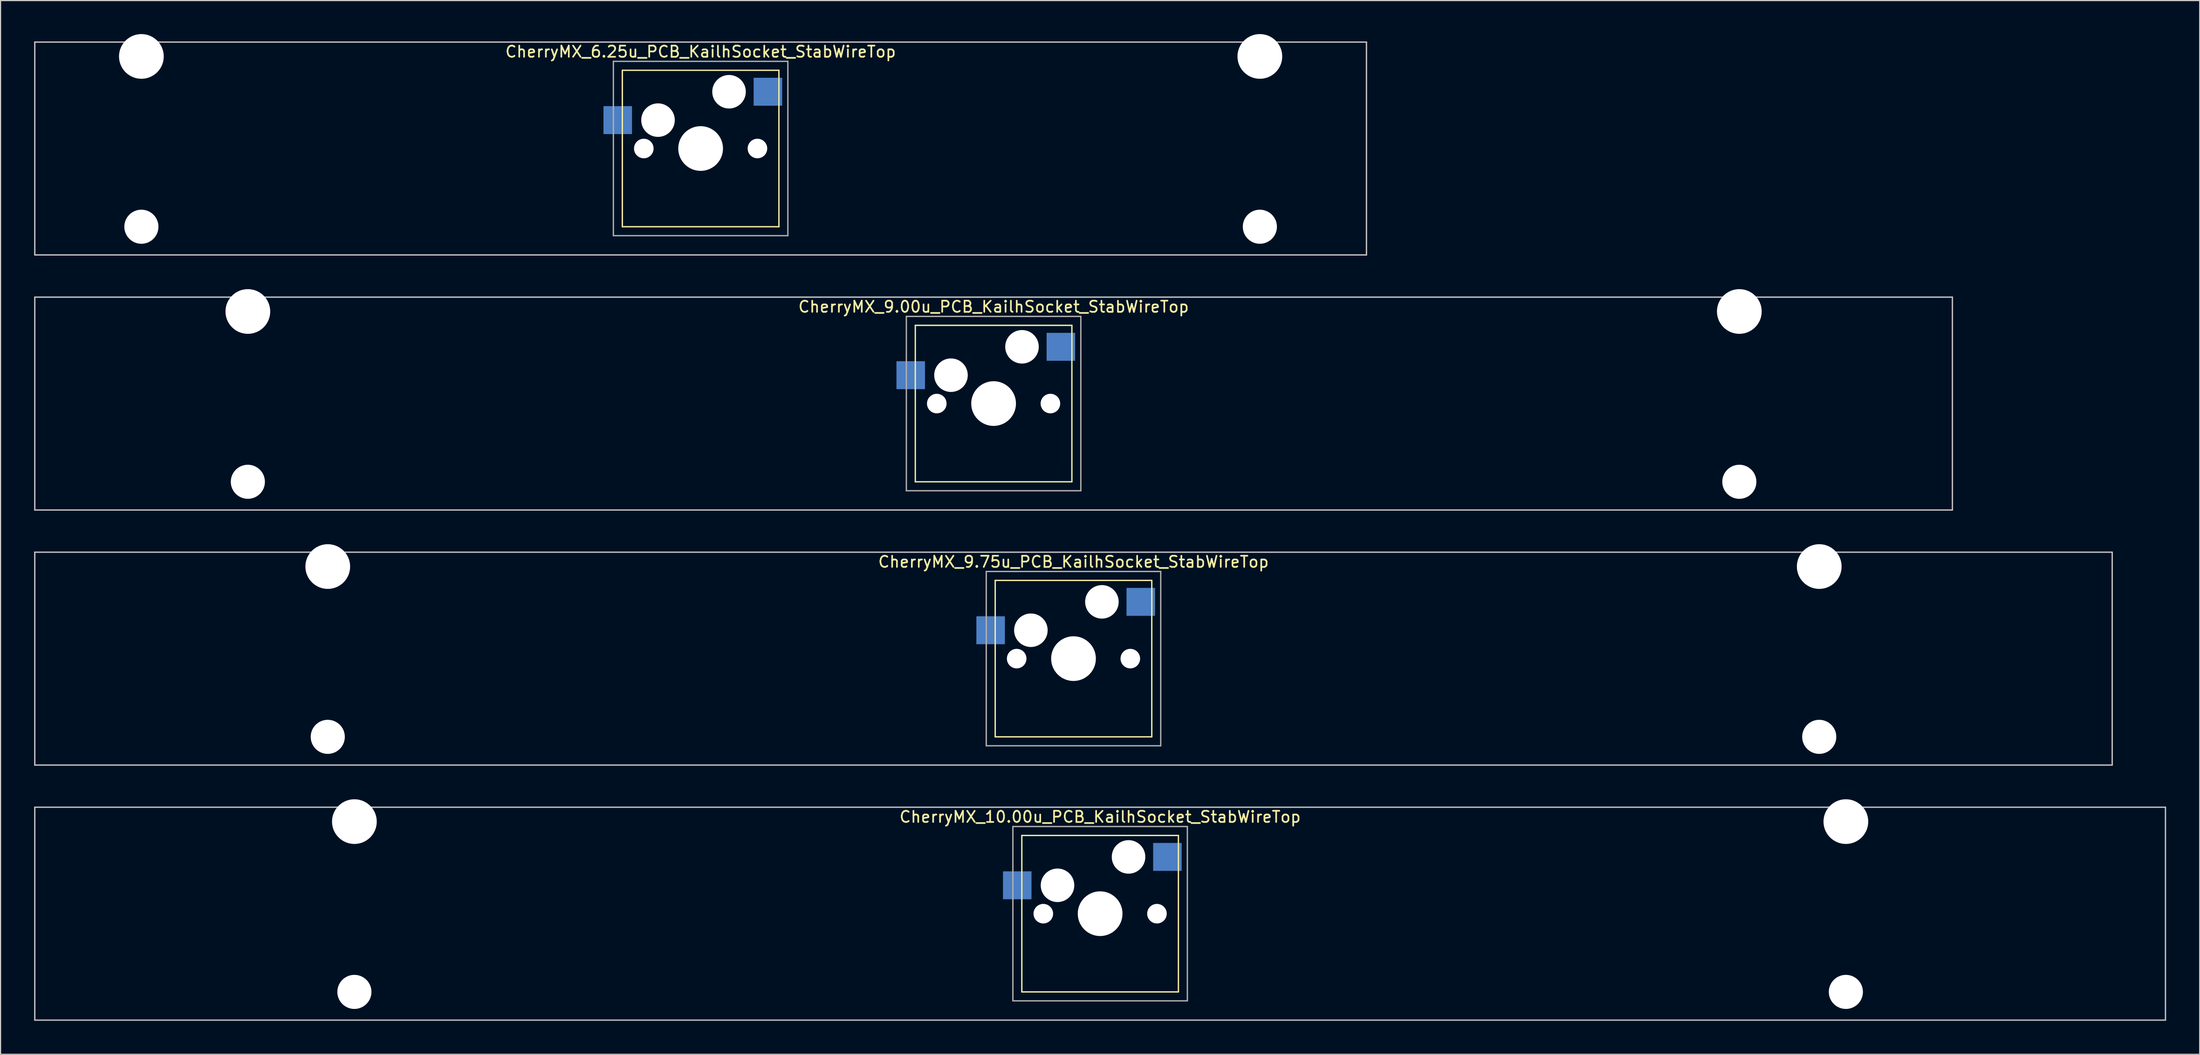
<source format=kicad_pcb>
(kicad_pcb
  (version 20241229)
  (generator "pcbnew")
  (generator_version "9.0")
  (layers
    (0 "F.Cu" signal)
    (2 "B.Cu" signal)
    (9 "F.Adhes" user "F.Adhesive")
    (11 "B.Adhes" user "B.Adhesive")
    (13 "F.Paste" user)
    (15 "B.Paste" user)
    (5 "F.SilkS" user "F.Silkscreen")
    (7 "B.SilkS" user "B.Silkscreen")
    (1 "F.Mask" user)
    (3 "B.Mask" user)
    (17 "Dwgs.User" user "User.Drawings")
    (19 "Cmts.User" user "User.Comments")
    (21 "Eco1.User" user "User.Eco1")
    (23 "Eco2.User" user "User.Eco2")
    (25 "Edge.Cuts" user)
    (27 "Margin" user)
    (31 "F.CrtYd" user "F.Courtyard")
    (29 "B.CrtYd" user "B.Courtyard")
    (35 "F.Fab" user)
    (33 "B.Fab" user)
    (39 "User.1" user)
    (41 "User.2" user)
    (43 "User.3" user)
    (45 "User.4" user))
  (footprint "CherryMX_10.00u_PCB_KailhSocket_StabWireTop"
    (layer "F.Cu")
    (at 95.31 78.715)
    (property "Reference" "CherryMX_10.00u_PCB_KailhSocket_StabWireTop" (at 0 -8.662 0) (layer "F.SilkS") (effects (font (size 1 1) (thickness 0.15))))
    (attr through_hole)
    (fp_line (start -7 -7) (end -7 7) (stroke (width 0.12) (type solid)) (layer "F.SilkS"))
    (fp_line (start -7 -7) (end 7 -7) (stroke (width 0.12) (type solid)) (layer "F.SilkS"))
    (fp_line (start 7 -7) (end 7 7) (stroke (width 0.12) (type solid)) (layer "F.SilkS"))
    (fp_line (start 7 7) (end -7 7) (stroke (width 0.12) (type solid)) (layer "F.SilkS"))
    (fp_line (start -95.25 -9.525) (end 95.25 -9.525) (stroke (width 0.12) (type solid)) (layer "Dwgs.User"))
    (fp_line (start -95.25 9.525) (end -95.25 -9.525) (stroke (width 0.12) (type solid)) (layer "Dwgs.User"))
    (fp_line (start 95.25 -9.525) (end 95.25 9.525) (stroke (width 0.12) (type solid)) (layer "Dwgs.User"))
    (fp_line (start 95.25 9.525) (end -95.25 9.525) (stroke (width 0.12) (type solid)) (layer "Dwgs.User"))
    (fp_line (start -7.8 -7.8) (end -7.8 7.8) (stroke (width 0.12) (type solid)) (layer "F.Fab"))
    (fp_line (start -7.8 -7.8) (end 7.8 -7.8) (stroke (width 0.12) (type solid)) (layer "F.Fab"))
    (fp_line (start -7.8 7.8) (end 7.8 7.8) (stroke (width 0.12) (type solid)) (layer "F.Fab"))
    (fp_line (start 7.8 -7.8) (end 7.8 7.8) (stroke (width 0.12) (type solid)) (layer "F.Fab"))
    (pad "" np_thru_hole circle (at -66.675 -8.24) (size 4 4) (drill 4) (layers "*.Cu" "*.Mask"))
    (pad "" np_thru_hole circle (at -66.675 7) (size 3.05 3.05) (drill 3.05) (layers "*.Cu" "*.Mask"))
    (pad "" np_thru_hole circle (at -5.08 0) (size 1.75 1.75) (drill 1.75) (layers "*.Cu" "*.Mask"))
    (pad "" np_thru_hole circle (at -3.81 -2.54) (size 3 3) (drill 3) (layers "*.Cu" "*.Mask"))
    (pad "" np_thru_hole circle (at 0 0) (size 4 4) (drill 4) (layers "*.Cu" "*.Mask"))
    (pad "" np_thru_hole circle (at 2.54 -5.08) (size 3 3) (drill 3) (layers "*.Cu" "*.Mask"))
    (pad "" np_thru_hole circle (at 5.08 0) (size 1.75 1.75) (drill 1.75) (layers "*.Cu" "*.Mask"))
    (pad "" np_thru_hole circle (at 66.675 -8.24) (size 4 4) (drill 4) (layers "*.Cu" "*.Mask"))
    (pad "" np_thru_hole circle (at 66.675 7) (size 3.05 3.05) (drill 3.05) (layers "*.Cu" "*.Mask"))
    (pad "1" smd rect (at -7.41 -2.54) (size 2.55 2.5) (layers "B.Cu" "B.Mask" "B.Paste"))
    (pad "2" smd rect (at 6.015 -5.08) (size 2.55 2.5) (layers "B.Cu" "B.Mask" "B.Paste")))
  (footprint "CherryMX_6.25u_PCB_KailhSocket_StabWireTop"
    (layer "F.Cu")
    (at 59.591 10.24)
    (property "Reference" "CherryMX_6.25u_PCB_KailhSocket_StabWireTop" (at 0 -8.662 0) (layer "F.SilkS") (effects (font (size 1 1) (thickness 0.15))))
    (attr through_hole)
    (fp_line (start -7 -7) (end -7 7) (stroke (width 0.12) (type solid)) (layer "F.SilkS"))
    (fp_line (start -7 -7) (end 7 -7) (stroke (width 0.12) (type solid)) (layer "F.SilkS"))
    (fp_line (start 7 -7) (end 7 7) (stroke (width 0.12) (type solid)) (layer "F.SilkS"))
    (fp_line (start 7 7) (end -7 7) (stroke (width 0.12) (type solid)) (layer "F.SilkS"))
    (fp_line (start -59.531 -9.525) (end 59.531 -9.525) (stroke (width 0.12) (type solid)) (layer "Dwgs.User"))
    (fp_line (start -59.531 9.525) (end -59.531 -9.525) (stroke (width 0.12) (type solid)) (layer "Dwgs.User"))
    (fp_line (start 59.531 -9.525) (end 59.531 9.525) (stroke (width 0.12) (type solid)) (layer "Dwgs.User"))
    (fp_line (start 59.531 9.525) (end -59.531 9.525) (stroke (width 0.12) (type solid)) (layer "Dwgs.User"))
    (fp_line (start -7.8 -7.8) (end -7.8 7.8) (stroke (width 0.12) (type solid)) (layer "F.Fab"))
    (fp_line (start -7.8 -7.8) (end 7.8 -7.8) (stroke (width 0.12) (type solid)) (layer "F.Fab"))
    (fp_line (start -7.8 7.8) (end 7.8 7.8) (stroke (width 0.12) (type solid)) (layer "F.Fab"))
    (fp_line (start 7.8 -7.8) (end 7.8 7.8) (stroke (width 0.12) (type solid)) (layer "F.Fab"))
    (pad "" np_thru_hole circle (at -50 -8.24) (size 4 4) (drill 4) (layers "*.Cu" "*.Mask"))
    (pad "" np_thru_hole circle (at -50 7) (size 3.05 3.05) (drill 3.05) (layers "*.Cu" "*.Mask"))
    (pad "" np_thru_hole circle (at -5.08 0) (size 1.75 1.75) (drill 1.75) (layers "*.Cu" "*.Mask"))
    (pad "" np_thru_hole circle (at -3.81 -2.54) (size 3 3) (drill 3) (layers "*.Cu" "*.Mask"))
    (pad "" np_thru_hole circle (at 0 0) (size 4 4) (drill 4) (layers "*.Cu" "*.Mask"))
    (pad "" np_thru_hole circle (at 2.54 -5.08) (size 3 3) (drill 3) (layers "*.Cu" "*.Mask"))
    (pad "" np_thru_hole circle (at 5.08 0) (size 1.75 1.75) (drill 1.75) (layers "*.Cu" "*.Mask"))
    (pad "" np_thru_hole circle (at 50 -8.24) (size 4 4) (drill 4) (layers "*.Cu" "*.Mask"))
    (pad "" np_thru_hole circle (at 50 7) (size 3.05 3.05) (drill 3.05) (layers "*.Cu" "*.Mask"))
    (pad "1" smd rect (at -7.41 -2.54) (size 2.55 2.5) (layers "B.Cu" "B.Mask" "B.Paste"))
    (pad "2" smd rect (at 6.015 -5.08) (size 2.55 2.5) (layers "B.Cu" "B.Mask" "B.Paste")))
  (footprint "CherryMX_9.75u_PCB_KailhSocket_StabWireTop"
    (layer "F.Cu")
    (at 92.929 55.89)
    (property "Reference" "CherryMX_9.75u_PCB_KailhSocket_StabWireTop" (at 0 -8.662 0) (layer "F.SilkS") (effects (font (size 1 1) (thickness 0.15))))
    (attr through_hole)
    (fp_line (start -7 -7) (end -7 7) (stroke (width 0.12) (type solid)) (layer "F.SilkS"))
    (fp_line (start -7 -7) (end 7 -7) (stroke (width 0.12) (type solid)) (layer "F.SilkS"))
    (fp_line (start 7 -7) (end 7 7) (stroke (width 0.12) (type solid)) (layer "F.SilkS"))
    (fp_line (start 7 7) (end -7 7) (stroke (width 0.12) (type solid)) (layer "F.SilkS"))
    (fp_line (start -92.869 -9.525) (end 92.869 -9.525) (stroke (width 0.12) (type solid)) (layer "Dwgs.User"))
    (fp_line (start -92.869 9.525) (end -92.869 -9.525) (stroke (width 0.12) (type solid)) (layer "Dwgs.User"))
    (fp_line (start 92.869 -9.525) (end 92.869 9.525) (stroke (width 0.12) (type solid)) (layer "Dwgs.User"))
    (fp_line (start 92.869 9.525) (end -92.869 9.525) (stroke (width 0.12) (type solid)) (layer "Dwgs.User"))
    (fp_line (start -7.8 -7.8) (end -7.8 7.8) (stroke (width 0.12) (type solid)) (layer "F.Fab"))
    (fp_line (start -7.8 -7.8) (end 7.8 -7.8) (stroke (width 0.12) (type solid)) (layer "F.Fab"))
    (fp_line (start -7.8 7.8) (end 7.8 7.8) (stroke (width 0.12) (type solid)) (layer "F.Fab"))
    (fp_line (start 7.8 -7.8) (end 7.8 7.8) (stroke (width 0.12) (type solid)) (layer "F.Fab"))
    (pad "" np_thru_hole circle (at -66.675 -8.24) (size 4 4) (drill 4) (layers "*.Cu" "*.Mask"))
    (pad "" np_thru_hole circle (at -66.675 7) (size 3.05 3.05) (drill 3.05) (layers "*.Cu" "*.Mask"))
    (pad "" np_thru_hole circle (at -5.08 0) (size 1.75 1.75) (drill 1.75) (layers "*.Cu" "*.Mask"))
    (pad "" np_thru_hole circle (at -3.81 -2.54) (size 3 3) (drill 3) (layers "*.Cu" "*.Mask"))
    (pad "" np_thru_hole circle (at 0 0) (size 4 4) (drill 4) (layers "*.Cu" "*.Mask"))
    (pad "" np_thru_hole circle (at 2.54 -5.08) (size 3 3) (drill 3) (layers "*.Cu" "*.Mask"))
    (pad "" np_thru_hole circle (at 5.08 0) (size 1.75 1.75) (drill 1.75) (layers "*.Cu" "*.Mask"))
    (pad "" np_thru_hole circle (at 66.675 -8.24) (size 4 4) (drill 4) (layers "*.Cu" "*.Mask"))
    (pad "" np_thru_hole circle (at 66.675 7) (size 3.05 3.05) (drill 3.05) (layers "*.Cu" "*.Mask"))
    (pad "1" smd rect (at -7.41 -2.54) (size 2.55 2.5) (layers "B.Cu" "B.Mask" "B.Paste"))
    (pad "2" smd rect (at 6.015 -5.08) (size 2.55 2.5) (layers "B.Cu" "B.Mask" "B.Paste")))
  (footprint "CherryMX_9.00u_PCB_KailhSocket_StabWireTop"
    (layer "F.Cu")
    (at 85.785 33.065)
    (property "Reference" "CherryMX_9.00u_PCB_KailhSocket_StabWireTop" (at 0 -8.662 0) (layer "F.SilkS") (effects (font (size 1 1) (thickness 0.15))))
    (attr through_hole)
    (fp_line (start -7 -7) (end -7 7) (stroke (width 0.12) (type solid)) (layer "F.SilkS"))
    (fp_line (start -7 -7) (end 7 -7) (stroke (width 0.12) (type solid)) (layer "F.SilkS"))
    (fp_line (start 7 -7) (end 7 7) (stroke (width 0.12) (type solid)) (layer "F.SilkS"))
    (fp_line (start 7 7) (end -7 7) (stroke (width 0.12) (type solid)) (layer "F.SilkS"))
    (fp_line (start -85.725 -9.525) (end 85.725 -9.525) (stroke (width 0.12) (type solid)) (layer "Dwgs.User"))
    (fp_line (start -85.725 9.525) (end -85.725 -9.525) (stroke (width 0.12) (type solid)) (layer "Dwgs.User"))
    (fp_line (start 85.725 -9.525) (end 85.725 9.525) (stroke (width 0.12) (type solid)) (layer "Dwgs.User"))
    (fp_line (start 85.725 9.525) (end -85.725 9.525) (stroke (width 0.12) (type solid)) (layer "Dwgs.User"))
    (fp_line (start -7.8 -7.8) (end -7.8 7.8) (stroke (width 0.12) (type solid)) (layer "F.Fab"))
    (fp_line (start -7.8 -7.8) (end 7.8 -7.8) (stroke (width 0.12) (type solid)) (layer "F.Fab"))
    (fp_line (start -7.8 7.8) (end 7.8 7.8) (stroke (width 0.12) (type solid)) (layer "F.Fab"))
    (fp_line (start 7.8 -7.8) (end 7.8 7.8) (stroke (width 0.12) (type solid)) (layer "F.Fab"))
    (pad "" np_thru_hole circle (at -66.675 -8.24) (size 4 4) (drill 4) (layers "*.Cu" "*.Mask"))
    (pad "" np_thru_hole circle (at -66.675 7) (size 3.05 3.05) (drill 3.05) (layers "*.Cu" "*.Mask"))
    (pad "" np_thru_hole circle (at -5.08 0) (size 1.75 1.75) (drill 1.75) (layers "*.Cu" "*.Mask"))
    (pad "" np_thru_hole circle (at -3.81 -2.54) (size 3 3) (drill 3) (layers "*.Cu" "*.Mask"))
    (pad "" np_thru_hole circle (at 0 0) (size 4 4) (drill 4) (layers "*.Cu" "*.Mask"))
    (pad "" np_thru_hole circle (at 2.54 -5.08) (size 3 3) (drill 3) (layers "*.Cu" "*.Mask"))
    (pad "" np_thru_hole circle (at 5.08 0) (size 1.75 1.75) (drill 1.75) (layers "*.Cu" "*.Mask"))
    (pad "" np_thru_hole circle (at 66.675 -8.24) (size 4 4) (drill 4) (layers "*.Cu" "*.Mask"))
    (pad "" np_thru_hole circle (at 66.675 7) (size 3.05 3.05) (drill 3.05) (layers "*.Cu" "*.Mask"))
    (pad "1" smd rect (at -7.41 -2.54) (size 2.55 2.5) (layers "B.Cu" "B.Mask" "B.Paste"))
    (pad "2" smd rect (at 6.015 -5.08) (size 2.55 2.5) (layers "B.Cu" "B.Mask" "B.Paste")))
  (gr_rect
    (start -3 -3)
    (end 193.62 91.3)
    (stroke (width 0.1) (type default))
    (fill no)
    (layer "Edge.Cuts")))
</source>
